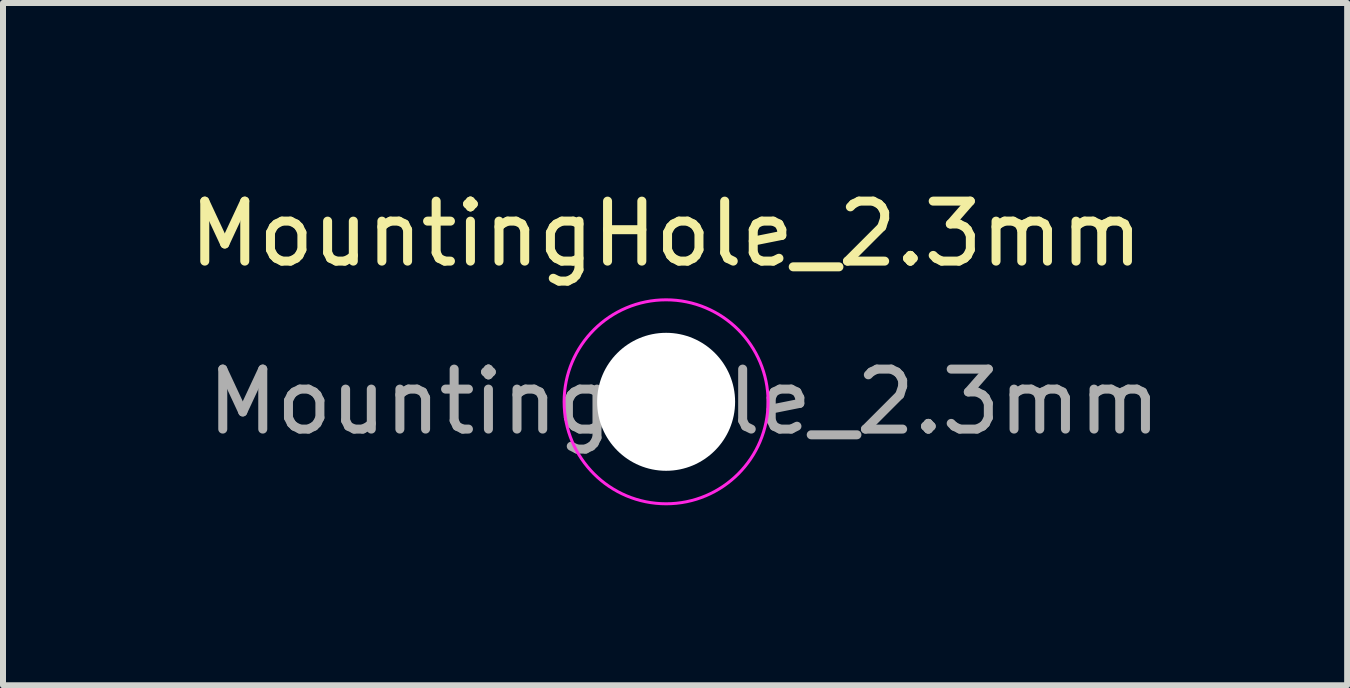
<source format=kicad_pcb>
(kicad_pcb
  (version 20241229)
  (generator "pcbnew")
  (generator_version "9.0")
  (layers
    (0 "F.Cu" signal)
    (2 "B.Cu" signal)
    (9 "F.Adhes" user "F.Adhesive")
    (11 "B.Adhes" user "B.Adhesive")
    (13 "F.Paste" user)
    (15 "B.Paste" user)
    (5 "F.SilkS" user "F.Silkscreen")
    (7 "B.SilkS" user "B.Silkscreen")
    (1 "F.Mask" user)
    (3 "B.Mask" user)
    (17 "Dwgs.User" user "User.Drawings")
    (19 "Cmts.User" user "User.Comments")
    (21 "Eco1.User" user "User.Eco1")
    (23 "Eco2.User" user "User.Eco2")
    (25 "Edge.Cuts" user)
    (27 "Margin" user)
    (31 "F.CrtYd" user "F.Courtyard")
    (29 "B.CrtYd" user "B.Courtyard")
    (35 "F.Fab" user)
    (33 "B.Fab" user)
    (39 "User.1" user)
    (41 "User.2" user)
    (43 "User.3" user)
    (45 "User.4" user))
  (footprint "MountingHole_2.3mm"
    (layer "F.Cu")
    (at 8.054 3.648)
    (property "Reference" "MountingHole_2.3mm" (at 0 -2.8 0) (layer "F.SilkS") (effects (font (size 1 1) (thickness 0.15))))
    (attr exclude_from_pos_files exclude_from_bom)
    (fp_circle (center 0 0) (end 1.7 0) (stroke (width 0.05) (type solid)) (fill no) (layer "F.CrtYd"))
    (fp_text user "${REFERENCE}" (at 0.3 0 0) (layer "F.Fab") (effects (font (size 1 1) (thickness 0.15))))
    (pad "" np_thru_hole circle (at 0 0) (size 2.3 2.3) (drill 2.3) (layers "*.Cu" "*.Mask")))
  (gr_rect
    (start -3 -3)
    (end 19.407 8.373)
    (stroke (width 0.1) (type default))
    (fill no)
    (layer "Edge.Cuts")))
</source>
